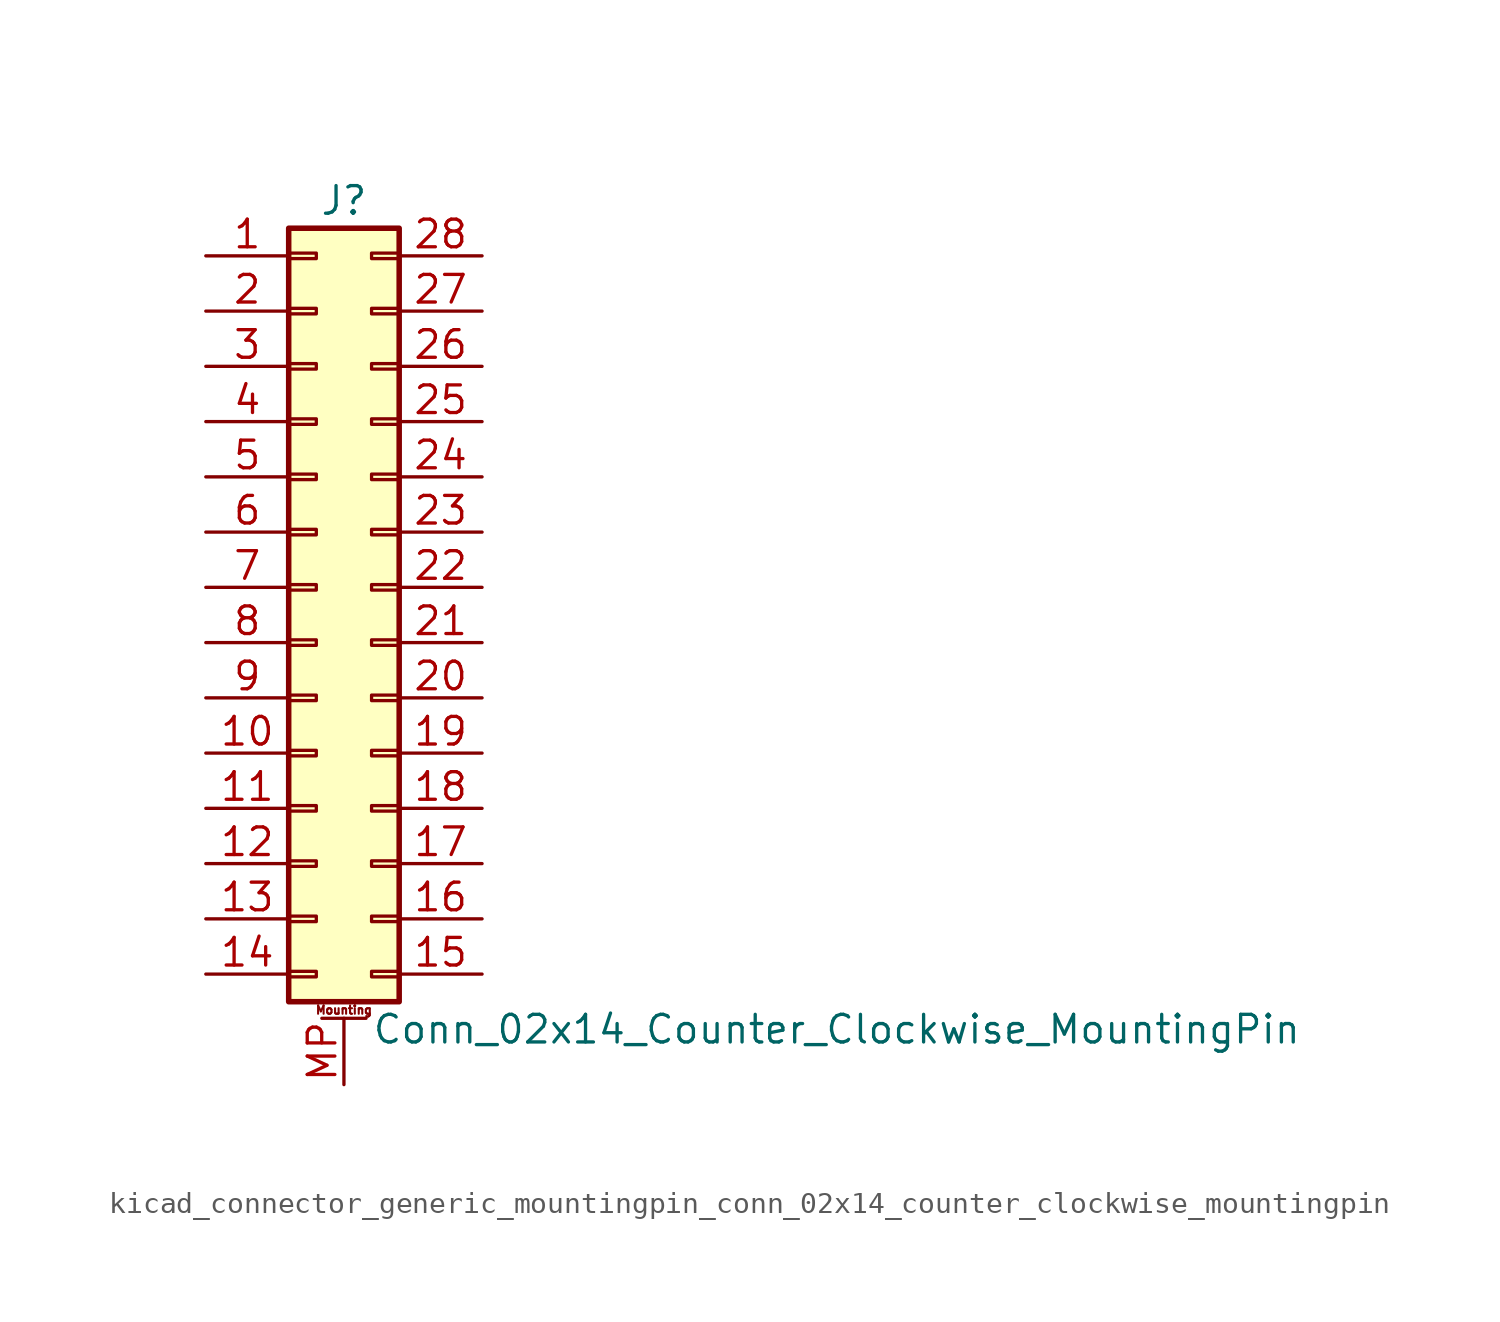
<source format=kicad_sym>
(kicad_symbol_lib
  (version 20220914)
  (generator kicad_symbol_editor)
  (symbol "kicad_connector_generic_mountingpin_conn_02x14_counter_clockwise_mountingpin"
    (pin_names
      (offset 1.016) hide)
    (property "Reference" "J"
      (at 1.27 17.78 0)
      (effects (font (size 1.27 1.27))))
    (property "Value" "Conn_02x14_Counter_Clockwise_MountingPin"
      (at 2.54 -20.32 0)
      (effects (font (size 1.27 1.27)) (justify left)))
    (symbol "kicad_connector_generic_mountingpin_conn_02x14_counter_clockwise_mountingpin_1_1"
      (rectangle (start -1.27 -17.653) (end 0 -17.907) (stroke (width 0.152) (type default)) (fill (type none)))
      (rectangle (start -1.27 -15.113) (end 0 -15.367) (stroke (width 0.152) (type default)) (fill (type none)))
      (rectangle (start -1.27 -12.573) (end 0 -12.827) (stroke (width 0.152) (type default)) (fill (type none)))
      (rectangle (start -1.27 -10.033) (end 0 -10.287) (stroke (width 0.152) (type default)) (fill (type none)))
      (rectangle (start -1.27 -7.493) (end 0 -7.747) (stroke (width 0.152) (type default)) (fill (type none)))
      (rectangle (start -1.27 -4.953) (end 0 -5.207) (stroke (width 0.152) (type default)) (fill (type none)))
      (rectangle (start -1.27 -2.413) (end 0 -2.667) (stroke (width 0.152) (type default)) (fill (type none)))
      (rectangle (start -1.27 0.127) (end 0 -0.127) (stroke (width 0.152) (type default)) (fill (type none)))
      (rectangle (start -1.27 2.667) (end 0 2.413) (stroke (width 0.152) (type default)) (fill (type none)))
      (rectangle (start -1.27 5.207) (end 0 4.953) (stroke (width 0.152) (type default)) (fill (type none)))
      (rectangle (start -1.27 7.747) (end 0 7.493) (stroke (width 0.152) (type default)) (fill (type none)))
      (rectangle (start -1.27 10.287) (end 0 10.033) (stroke (width 0.152) (type default)) (fill (type none)))
      (rectangle (start -1.27 12.827) (end 0 12.573) (stroke (width 0.152) (type default)) (fill (type none)))
      (rectangle (start -1.27 15.367) (end 0 15.113) (stroke (width 0.152) (type default)) (fill (type none)))
      (rectangle (start -1.27 16.51) (end 3.81 -19.05) (stroke (width 0.254) (type default)) (fill (type background)))
      (polyline (pts (xy 0.254 -19.812) (xy 2.286 -19.812)) (stroke (width 0.152) (type default)) (fill (type none)))
      (rectangle (start 3.81 -17.653) (end 2.54 -17.907) (stroke (width 0.152) (type default)) (fill (type none)))
      (rectangle (start 3.81 -15.113) (end 2.54 -15.367) (stroke (width 0.152) (type default)) (fill (type none)))
      (rectangle (start 3.81 -12.573) (end 2.54 -12.827) (stroke (width 0.152) (type default)) (fill (type none)))
      (rectangle (start 3.81 -10.033) (end 2.54 -10.287) (stroke (width 0.152) (type default)) (fill (type none)))
      (rectangle (start 3.81 -7.493) (end 2.54 -7.747) (stroke (width 0.152) (type default)) (fill (type none)))
      (rectangle (start 3.81 -4.953) (end 2.54 -5.207) (stroke (width 0.152) (type default)) (fill (type none)))
      (rectangle (start 3.81 -2.413) (end 2.54 -2.667) (stroke (width 0.152) (type default)) (fill (type none)))
      (rectangle (start 3.81 0.127) (end 2.54 -0.127) (stroke (width 0.152) (type default)) (fill (type none)))
      (rectangle (start 3.81 2.667) (end 2.54 2.413) (stroke (width 0.152) (type default)) (fill (type none)))
      (rectangle (start 3.81 5.207) (end 2.54 4.953) (stroke (width 0.152) (type default)) (fill (type none)))
      (rectangle (start 3.81 7.747) (end 2.54 7.493) (stroke (width 0.152) (type default)) (fill (type none)))
      (rectangle (start 3.81 10.287) (end 2.54 10.033) (stroke (width 0.152) (type default)) (fill (type none)))
      (rectangle (start 3.81 12.827) (end 2.54 12.573) (stroke (width 0.152) (type default)) (fill (type none)))
      (rectangle (start 3.81 15.367) (end 2.54 15.113) (stroke (width 0.152) (type default)) (fill (type none)))
      (text "Mounting" (at 1.27 -19.431 0) (effects (font (size 0.381 0.381))))
      (pin passive line (at -5.08 15.24 0) (length 3.81) (name "Pin_1" (effects (font (size 1.27 1.27)))) (number "1" (effects (font (size 1.27 1.27)))))
      (pin passive line (at -5.08 -7.62 0) (length 3.81) (name "Pin_10" (effects (font (size 1.27 1.27)))) (number "10" (effects (font (size 1.27 1.27)))))
      (pin passive line (at -5.08 -10.16 0) (length 3.81) (name "Pin_11" (effects (font (size 1.27 1.27)))) (number "11" (effects (font (size 1.27 1.27)))))
      (pin passive line (at -5.08 -12.7 0) (length 3.81) (name "Pin_12" (effects (font (size 1.27 1.27)))) (number "12" (effects (font (size 1.27 1.27)))))
      (pin passive line (at -5.08 -15.24 0) (length 3.81) (name "Pin_13" (effects (font (size 1.27 1.27)))) (number "13" (effects (font (size 1.27 1.27)))))
      (pin passive line (at -5.08 -17.78 0) (length 3.81) (name "Pin_14" (effects (font (size 1.27 1.27)))) (number "14" (effects (font (size 1.27 1.27)))))
      (pin passive line (at 7.62 -17.78 180) (length 3.81) (name "Pin_15" (effects (font (size 1.27 1.27)))) (number "15" (effects (font (size 1.27 1.27)))))
      (pin passive line (at 7.62 -15.24 180) (length 3.81) (name "Pin_16" (effects (font (size 1.27 1.27)))) (number "16" (effects (font (size 1.27 1.27)))))
      (pin passive line (at 7.62 -12.7 180) (length 3.81) (name "Pin_17" (effects (font (size 1.27 1.27)))) (number "17" (effects (font (size 1.27 1.27)))))
      (pin passive line (at 7.62 -10.16 180) (length 3.81) (name "Pin_18" (effects (font (size 1.27 1.27)))) (number "18" (effects (font (size 1.27 1.27)))))
      (pin passive line (at 7.62 -7.62 180) (length 3.81) (name "Pin_19" (effects (font (size 1.27 1.27)))) (number "19" (effects (font (size 1.27 1.27)))))
      (pin passive line (at -5.08 12.7 0) (length 3.81) (name "Pin_2" (effects (font (size 1.27 1.27)))) (number "2" (effects (font (size 1.27 1.27)))))
      (pin passive line (at 7.62 -5.08 180) (length 3.81) (name "Pin_20" (effects (font (size 1.27 1.27)))) (number "20" (effects (font (size 1.27 1.27)))))
      (pin passive line (at 7.62 -2.54 180) (length 3.81) (name "Pin_21" (effects (font (size 1.27 1.27)))) (number "21" (effects (font (size 1.27 1.27)))))
      (pin passive line (at 7.62 0 180) (length 3.81) (name "Pin_22" (effects (font (size 1.27 1.27)))) (number "22" (effects (font (size 1.27 1.27)))))
      (pin passive line (at 7.62 2.54 180) (length 3.81) (name "Pin_23" (effects (font (size 1.27 1.27)))) (number "23" (effects (font (size 1.27 1.27)))))
      (pin passive line (at 7.62 5.08 180) (length 3.81) (name "Pin_24" (effects (font (size 1.27 1.27)))) (number "24" (effects (font (size 1.27 1.27)))))
      (pin passive line (at 7.62 7.62 180) (length 3.81) (name "Pin_25" (effects (font (size 1.27 1.27)))) (number "25" (effects (font (size 1.27 1.27)))))
      (pin passive line (at 7.62 10.16 180) (length 3.81) (name "Pin_26" (effects (font (size 1.27 1.27)))) (number "26" (effects (font (size 1.27 1.27)))))
      (pin passive line (at 7.62 12.7 180) (length 3.81) (name "Pin_27" (effects (font (size 1.27 1.27)))) (number "27" (effects (font (size 1.27 1.27)))))
      (pin passive line (at 7.62 15.24 180) (length 3.81) (name "Pin_28" (effects (font (size 1.27 1.27)))) (number "28" (effects (font (size 1.27 1.27)))))
      (pin passive line (at -5.08 10.16 0) (length 3.81) (name "Pin_3" (effects (font (size 1.27 1.27)))) (number "3" (effects (font (size 1.27 1.27)))))
      (pin passive line (at -5.08 7.62 0) (length 3.81) (name "Pin_4" (effects (font (size 1.27 1.27)))) (number "4" (effects (font (size 1.27 1.27)))))
      (pin passive line (at -5.08 5.08 0) (length 3.81) (name "Pin_5" (effects (font (size 1.27 1.27)))) (number "5" (effects (font (size 1.27 1.27)))))
      (pin passive line (at -5.08 2.54 0) (length 3.81) (name "Pin_6" (effects (font (size 1.27 1.27)))) (number "6" (effects (font (size 1.27 1.27)))))
      (pin passive line (at -5.08 0 0) (length 3.81) (name "Pin_7" (effects (font (size 1.27 1.27)))) (number "7" (effects (font (size 1.27 1.27)))))
      (pin passive line (at -5.08 -2.54 0) (length 3.81) (name "Pin_8" (effects (font (size 1.27 1.27)))) (number "8" (effects (font (size 1.27 1.27)))))
      (pin passive line (at -5.08 -5.08 0) (length 3.81) (name "Pin_9" (effects (font (size 1.27 1.27)))) (number "9" (effects (font (size 1.27 1.27)))))
      (pin passive line (at 1.27 -22.86 90) (length 3.048) (name "MountPin" (effects (font (size 1.27 1.27)))) (number "MP" (effects (font (size 1.27 1.27))))))))
</source>
